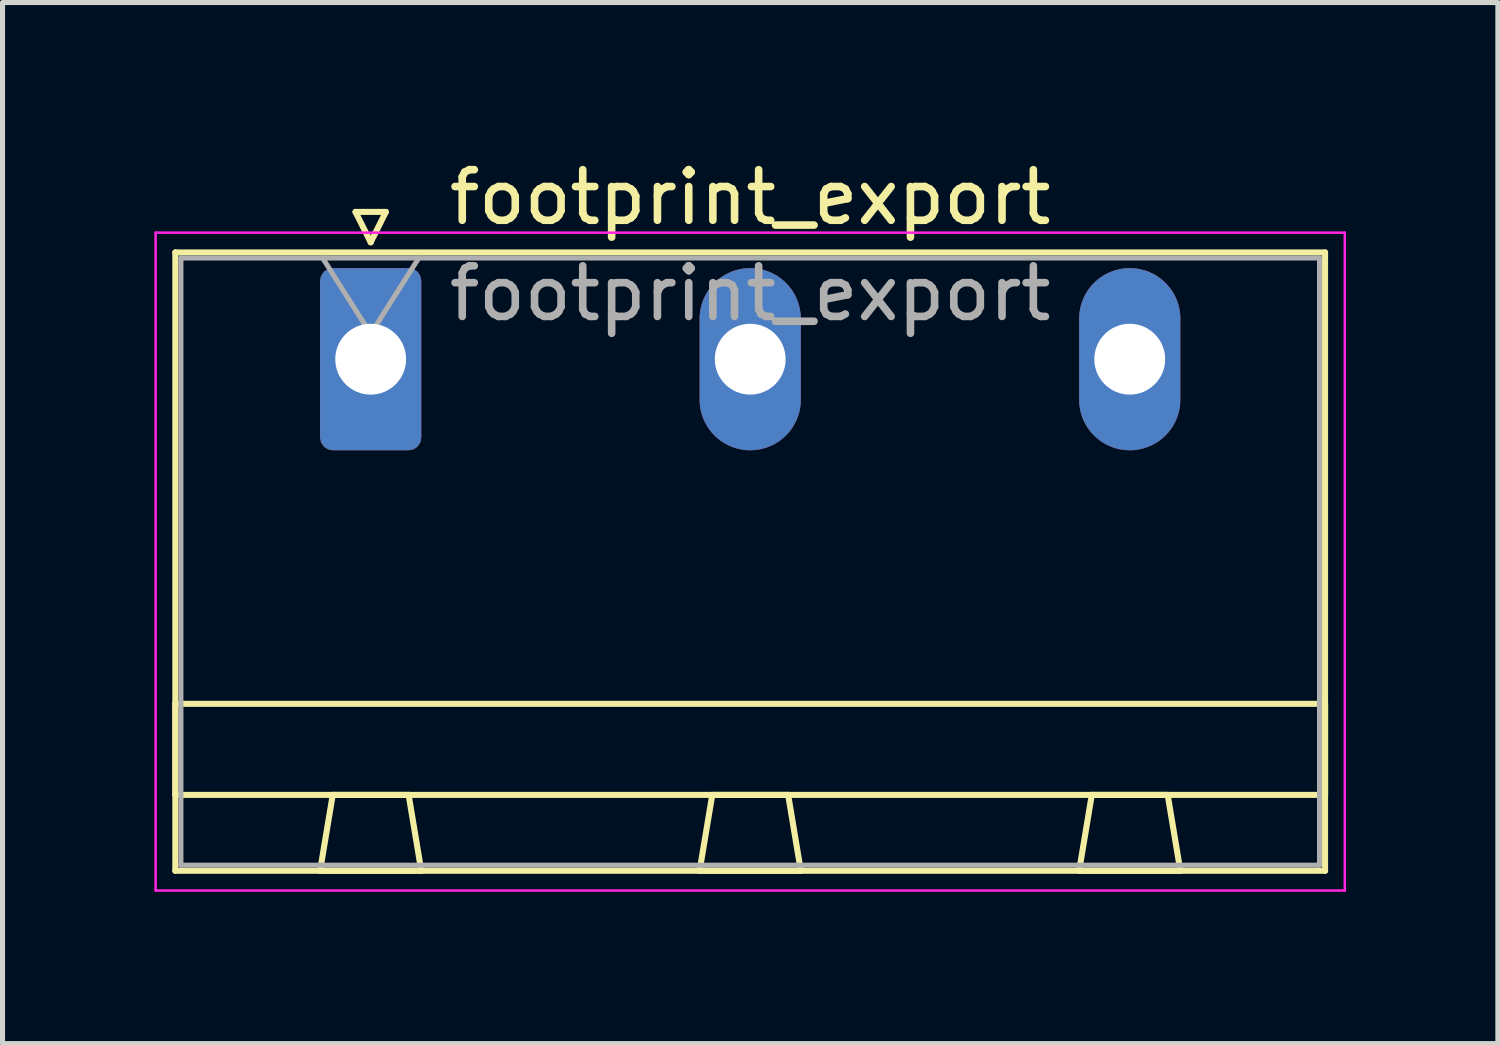
<source format=kicad_pcb>
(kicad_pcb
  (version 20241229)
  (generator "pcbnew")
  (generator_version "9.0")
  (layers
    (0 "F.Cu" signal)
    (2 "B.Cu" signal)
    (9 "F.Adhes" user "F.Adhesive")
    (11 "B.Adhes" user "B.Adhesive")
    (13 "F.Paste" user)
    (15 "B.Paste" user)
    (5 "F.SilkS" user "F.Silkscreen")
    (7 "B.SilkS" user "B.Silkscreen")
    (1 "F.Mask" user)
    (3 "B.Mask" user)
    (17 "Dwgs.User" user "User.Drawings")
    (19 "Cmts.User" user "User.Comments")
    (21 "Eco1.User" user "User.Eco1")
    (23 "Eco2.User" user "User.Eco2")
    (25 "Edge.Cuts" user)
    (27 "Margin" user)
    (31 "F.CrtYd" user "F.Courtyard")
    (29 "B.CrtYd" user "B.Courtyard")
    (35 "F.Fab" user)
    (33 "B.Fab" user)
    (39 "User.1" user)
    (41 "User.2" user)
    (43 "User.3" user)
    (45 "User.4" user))
  (footprint "footprint_export"
    (layer "F.Cu")
    (at 4.275 4.048)
    (property "Reference" "footprint_export" (at 7.5 -3.2 0) (layer "F.SilkS") (effects (font (size 1 1) (thickness 0.15))))
    (attr through_hole)
    (fp_line (start -3.86 -2.11) (end -3.86 10.11) (stroke (width 0.12) (type solid)) (layer "F.SilkS"))
    (fp_line (start -3.86 6.81) (end 18.86 6.81) (stroke (width 0.12) (type solid)) (layer "F.SilkS"))
    (fp_line (start -3.86 8.61) (end -3.86 6.81) (stroke (width 0.12) (type solid)) (layer "F.SilkS"))
    (fp_line (start -3.86 10.11) (end 18.86 10.11) (stroke (width 0.12) (type solid)) (layer "F.SilkS"))
    (fp_line (start -1 10.11) (end 1 10.11) (stroke (width 0.12) (type solid)) (layer "F.SilkS"))
    (fp_line (start -0.75 8.61) (end -1 10.11) (stroke (width 0.12) (type solid)) (layer "F.SilkS"))
    (fp_line (start -0.3 -2.91) (end 0.3 -2.91) (stroke (width 0.12) (type solid)) (layer "F.SilkS"))
    (fp_line (start 0 -2.31) (end -0.3 -2.91) (stroke (width 0.12) (type solid)) (layer "F.SilkS"))
    (fp_line (start 0.3 -2.91) (end 0 -2.31) (stroke (width 0.12) (type solid)) (layer "F.SilkS"))
    (fp_line (start 0.75 8.61) (end -0.75 8.61) (stroke (width 0.12) (type solid)) (layer "F.SilkS"))
    (fp_line (start 1 10.11) (end 0.75 8.61) (stroke (width 0.12) (type solid)) (layer "F.SilkS"))
    (fp_line (start 6.5 10.11) (end 8.5 10.11) (stroke (width 0.12) (type solid)) (layer "F.SilkS"))
    (fp_line (start 6.75 8.61) (end 6.5 10.11) (stroke (width 0.12) (type solid)) (layer "F.SilkS"))
    (fp_line (start 8.25 8.61) (end 6.75 8.61) (stroke (width 0.12) (type solid)) (layer "F.SilkS"))
    (fp_line (start 8.5 10.11) (end 8.25 8.61) (stroke (width 0.12) (type solid)) (layer "F.SilkS"))
    (fp_line (start 14 10.11) (end 16 10.11) (stroke (width 0.12) (type solid)) (layer "F.SilkS"))
    (fp_line (start 14.25 8.61) (end 14 10.11) (stroke (width 0.12) (type solid)) (layer "F.SilkS"))
    (fp_line (start 15.75 8.61) (end 14.25 8.61) (stroke (width 0.12) (type solid)) (layer "F.SilkS"))
    (fp_line (start 16 10.11) (end 15.75 8.61) (stroke (width 0.12) (type solid)) (layer "F.SilkS"))
    (fp_line (start 18.86 -2.11) (end -3.86 -2.11) (stroke (width 0.12) (type solid)) (layer "F.SilkS"))
    (fp_line (start 18.86 6.81) (end 18.86 8.61) (stroke (width 0.12) (type solid)) (layer "F.SilkS"))
    (fp_line (start 18.86 8.61) (end -3.86 8.61) (stroke (width 0.12) (type solid)) (layer "F.SilkS"))
    (fp_line (start 18.86 10.11) (end 18.86 -2.11) (stroke (width 0.12) (type solid)) (layer "F.SilkS"))
    (fp_line (start -4.25 -2.5) (end -4.25 10.5) (stroke (width 0.05) (type solid)) (layer "F.CrtYd"))
    (fp_line (start -4.25 10.5) (end 19.25 10.5) (stroke (width 0.05) (type solid)) (layer "F.CrtYd"))
    (fp_line (start 19.25 -2.5) (end -4.25 -2.5) (stroke (width 0.05) (type solid)) (layer "F.CrtYd"))
    (fp_line (start 19.25 10.5) (end 19.25 -2.5) (stroke (width 0.05) (type solid)) (layer "F.CrtYd"))
    (fp_line (start -3.75 -2) (end -3.75 10) (stroke (width 0.1) (type solid)) (layer "F.Fab"))
    (fp_line (start -3.75 10) (end 18.75 10) (stroke (width 0.1) (type solid)) (layer "F.Fab"))
    (fp_line (start 0 -0.5) (end -0.95 -2) (stroke (width 0.1) (type solid)) (layer "F.Fab"))
    (fp_line (start 0.95 -2) (end 0 -0.5) (stroke (width 0.1) (type solid)) (layer "F.Fab"))
    (fp_line (start 18.75 -2) (end -3.75 -2) (stroke (width 0.1) (type solid)) (layer "F.Fab"))
    (fp_line (start 18.75 10) (end 18.75 -2) (stroke (width 0.1) (type solid)) (layer "F.Fab"))
    (fp_text user "${REFERENCE}" (at 7.5 -1.3 0) (layer "F.Fab") (effects (font (size 1 1) (thickness 0.15))))
    (pad "1" thru_hole roundrect (at 0 0) (size 2 3.6) (drill 1.4) (layers "*.Cu" "*.Mask") (roundrect_rratio 0.125))
    (pad "2" thru_hole oval (at 7.5 0) (size 2 3.6) (drill 1.4) (layers "*.Cu" "*.Mask"))
    (pad "3" thru_hole oval (at 15 0) (size 2 3.6) (drill 1.4) (layers "*.Cu" "*.Mask")))
  (gr_rect
    (start -3 -3)
    (end 26.55 17.573)
    (stroke (width 0.1) (type default))
    (fill no)
    (layer "Edge.Cuts")))
</source>
